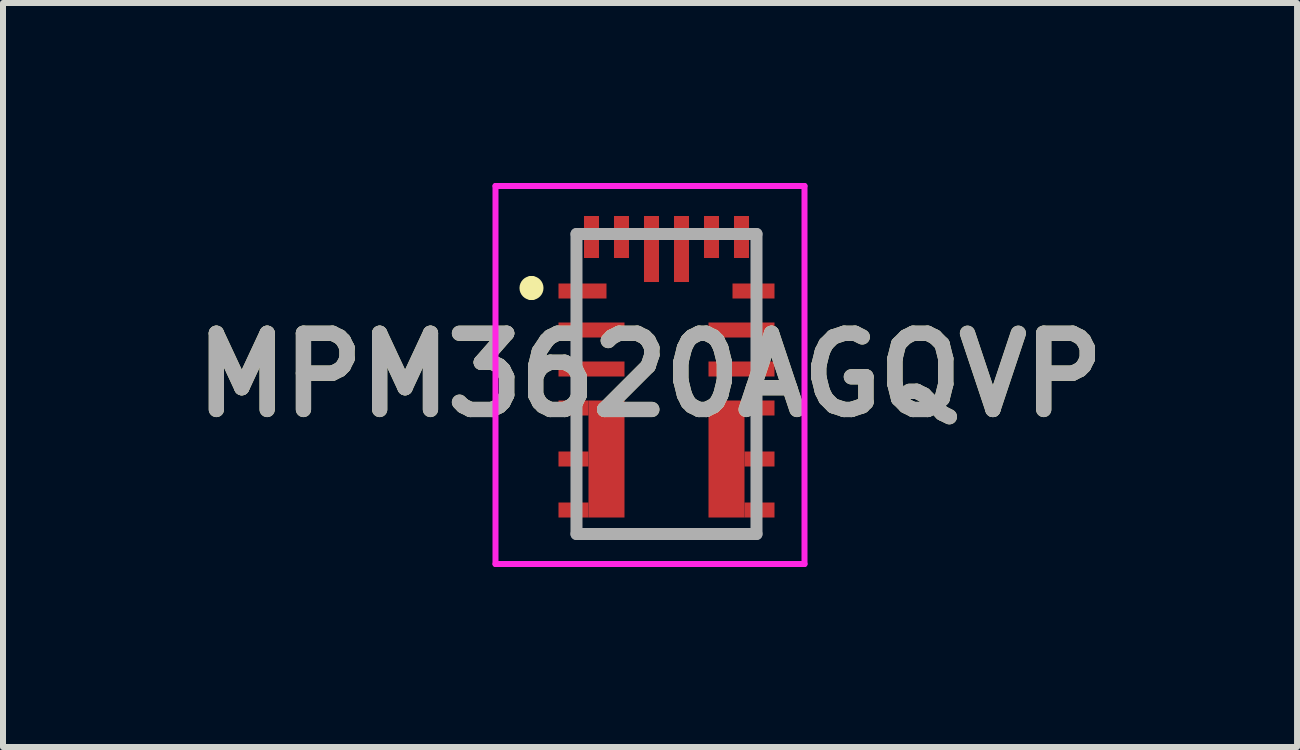
<source format=kicad_pcb>
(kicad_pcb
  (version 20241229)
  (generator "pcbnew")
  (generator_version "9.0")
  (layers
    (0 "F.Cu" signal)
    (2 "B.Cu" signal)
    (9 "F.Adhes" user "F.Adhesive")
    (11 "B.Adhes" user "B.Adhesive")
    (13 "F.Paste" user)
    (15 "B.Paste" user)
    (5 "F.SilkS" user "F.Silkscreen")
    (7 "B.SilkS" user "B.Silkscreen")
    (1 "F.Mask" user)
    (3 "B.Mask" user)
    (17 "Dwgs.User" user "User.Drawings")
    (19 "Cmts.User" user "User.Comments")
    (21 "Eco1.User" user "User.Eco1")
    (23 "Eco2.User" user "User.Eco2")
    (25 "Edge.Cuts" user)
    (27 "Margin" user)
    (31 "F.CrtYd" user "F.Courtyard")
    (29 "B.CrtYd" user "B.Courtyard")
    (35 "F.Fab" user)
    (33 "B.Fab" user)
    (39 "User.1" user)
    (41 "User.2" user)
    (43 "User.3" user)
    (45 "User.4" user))
  (footprint "MPM3620AGQVP"
    (layer "F.Cu")
    (at 8.058 3.35)
    (property "Reference" "MPM3620AGQVP" (at -0.275 -0.15 0) (layer "F.SilkS") (effects (font (size 1.27 1.27) (thickness 0.254))))
    (attr smd)
    (fp_line (start -2.25 -1.7) (end -2.25 -1.7) (stroke (width 0.2) (type solid)) (layer "F.SilkS"))
    (fp_line (start -2.25 -1.5) (end -2.25 -1.5) (stroke (width 0.2) (type solid)) (layer "F.SilkS"))
    (fp_line (start -1.5 2.5) (end 1.5 2.5) (stroke (width 0.1) (type solid)) (layer "F.SilkS"))
    (fp_arc (start -2.25 -1.7) (mid -2.15 -1.6) (end -2.25 -1.5) (stroke (width 0.2) (type solid)) (layer "F.SilkS"))
    (fp_arc (start -2.25 -1.5) (mid -2.35 -1.6) (end -2.25 -1.7) (stroke (width 0.2) (type solid)) (layer "F.SilkS"))
    (fp_line (start -2.85 -3.3) (end 2.3 -3.3) (stroke (width 0.1) (type solid)) (layer "F.CrtYd"))
    (fp_line (start -2.85 3) (end -2.85 -3.3) (stroke (width 0.1) (type solid)) (layer "F.CrtYd"))
    (fp_line (start 2.3 -3.3) (end 2.3 3) (stroke (width 0.1) (type solid)) (layer "F.CrtYd"))
    (fp_line (start 2.3 3) (end -2.85 3) (stroke (width 0.1) (type solid)) (layer "F.CrtYd"))
    (fp_line (start -1.5 -2.5) (end 1.5 -2.5) (stroke (width 0.2) (type solid)) (layer "F.Fab"))
    (fp_line (start -1.5 2.5) (end -1.5 -2.5) (stroke (width 0.2) (type solid)) (layer "F.Fab"))
    (fp_line (start 1.5 -2.5) (end 1.5 2.5) (stroke (width 0.2) (type solid)) (layer "F.Fab"))
    (fp_line (start 1.5 2.5) (end -1.5 2.5) (stroke (width 0.2) (type solid)) (layer "F.Fab"))
    (fp_text user "${REFERENCE}" (at -0.275 -0.15 0) (layer "F.Fab") (effects (font (size 1.27 1.27) (thickness 0.254))))
    (pad "1" smd rect (at -1.4 -1.55 90) (size 0.25 0.8) (layers "F.Cu" "F.Mask" "F.Paste"))
    (pad "2" smd rect (at -1.25 -0.9 90) (size 0.25 1.1) (layers "F.Cu" "F.Mask" "F.Paste"))
    (pad "3" smd rect (at -1.25 -0.25 90) (size 0.25 1.1) (layers "F.Cu" "F.Mask" "F.Paste"))
    (pad "4" smd rect (at -1.55 0.4 90) (size 0.25 0.5) (layers "F.Cu" "F.Mask" "F.Paste"))
    (pad "5" smd rect (at -1.55 1.25 90) (size 0.25 0.5) (layers "F.Cu" "F.Mask" "F.Paste"))
    (pad "6" smd rect (at -1.55 2.1 90) (size 0.25 0.5) (layers "F.Cu" "F.Mask" "F.Paste"))
    (pad "7" smd rect (at 1.55 2.1 90) (size 0.25 0.5) (layers "F.Cu" "F.Mask" "F.Paste"))
    (pad "8" smd rect (at 1.55 1.25 90) (size 0.25 0.5) (layers "F.Cu" "F.Mask" "F.Paste"))
    (pad "9" smd rect (at 1.55 0.4 90) (size 0.25 0.5) (layers "F.Cu" "F.Mask" "F.Paste"))
    (pad "10" smd rect (at 1.25 -0.25 90) (size 0.25 1.1) (layers "F.Cu" "F.Mask" "F.Paste"))
    (pad "11" smd rect (at 1.25 -0.9 90) (size 0.25 1.1) (layers "F.Cu" "F.Mask" "F.Paste"))
    (pad "12" smd rect (at 1.45 -1.55 90) (size 0.25 0.7) (layers "F.Cu" "F.Mask" "F.Paste"))
    (pad "13" smd rect (at 1.25 -2.45) (size 0.25 0.7) (layers "F.Cu" "F.Mask" "F.Paste"))
    (pad "14" smd rect (at 0.75 -2.45) (size 0.25 0.7) (layers "F.Cu" "F.Mask" "F.Paste"))
    (pad "15" smd rect (at 0.25 -2.25) (size 0.25 1.1) (layers "F.Cu" "F.Mask" "F.Paste"))
    (pad "16" smd rect (at -0.25 -2.25) (size 0.25 1.1) (layers "F.Cu" "F.Mask" "F.Paste"))
    (pad "17" smd rect (at -0.75 -2.45) (size 0.25 0.7) (layers "F.Cu" "F.Mask" "F.Paste"))
    (pad "18" smd rect (at -1.25 -2.45) (size 0.25 0.7) (layers "F.Cu" "F.Mask" "F.Paste"))
    (pad "A4" smd rect (at -1 1.25) (size 0.6 1.95) (layers "F.Cu" "F.Mask" "F.Paste"))
    (pad "A9" smd rect (at 1 1.25) (size 0.6 1.95) (layers "F.Cu" "F.Mask" "F.Paste")))
  (gr_rect
    (start -3 -3)
    (end 18.567 9.4)
    (stroke (width 0.1) (type default))
    (fill no)
    (layer "Edge.Cuts")))
</source>
